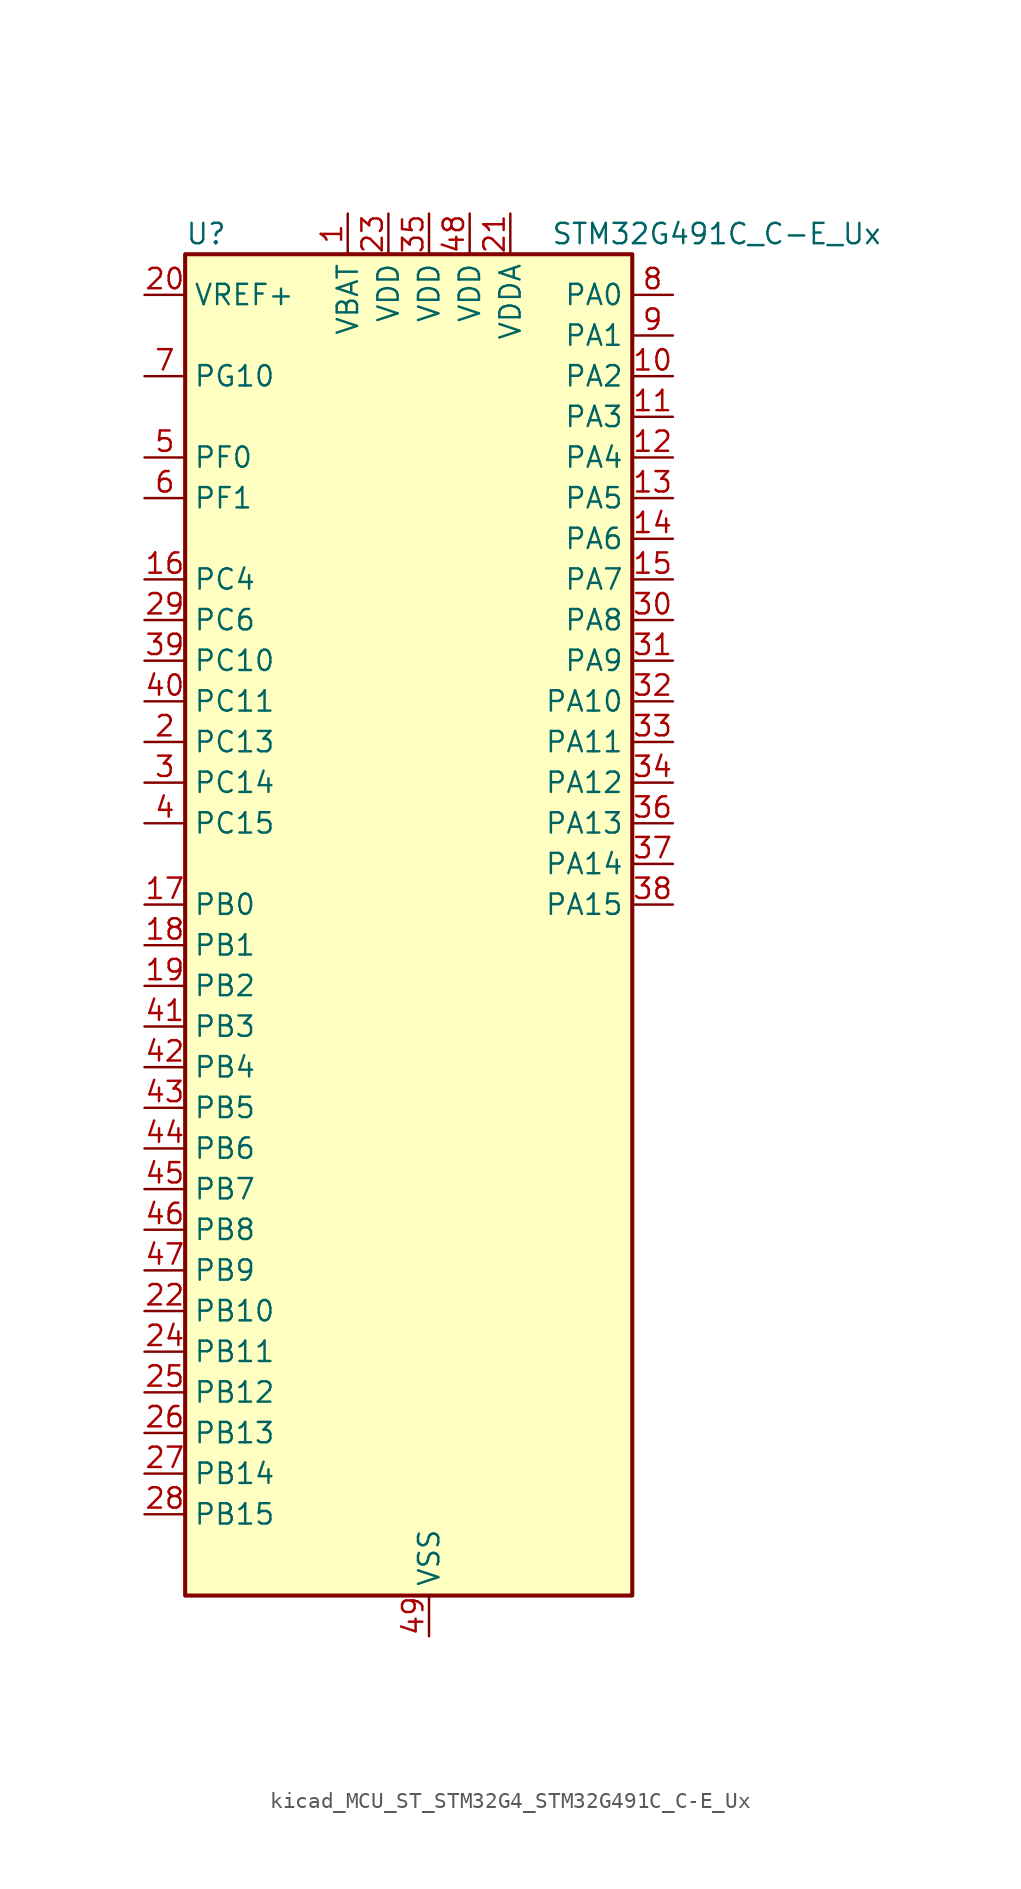
<source format=kicad_sym>
(kicad_symbol_lib
  (version 20220914)
  (generator kicad_symbol_editor)
  (symbol "kicad_MCU_ST_STM32G4_STM32G491C_C-E_Ux"
    (property "Reference" "U"
      (at -12.7 44.45 0)
      (effects (font (size 1.27 1.27)) (justify left)))
    (property "Value" "STM32G491C_C-E_Ux"
      (at 10.16 44.45 0)
      (effects (font (size 1.27 1.27)) (justify left)))
    (property "ki_locked" ""
      (at 0 0 0)
      (effects (font (size 1.27 1.27))))
    (symbol "kicad_MCU_ST_STM32G4_STM32G491C_C-E_Ux_0_1"
      (rectangle (start -12.7 -40.64) (end 15.24 43.18) (stroke (width 0.254) (type default)) (fill (type background))))
    (symbol "kicad_MCU_ST_STM32G4_STM32G491C_C-E_Ux_1_1"
      (pin power_in line (at -2.54 45.72 270) (length 2.54) (name "VBAT" (effects (font (size 1.27 1.27)))) (number "1" (effects (font (size 1.27 1.27)))))
      (pin bidirectional line (at 17.78 35.56 180) (length 2.54) (name "PA2" (effects (font (size 1.27 1.27)))) (number "10" (effects (font (size 1.27 1.27)))) (alternate "ADC1_IN3" bidirectional line) (alternate "ADC3_EXTI2" bidirectional line) (alternate "COMP2_INM" bidirectional line) (alternate "COMP2_OUT" bidirectional line) (alternate "LPUART1_TX" bidirectional line) (alternate "OPAMP1_VOUT" bidirectional line) (alternate "QUADSPI1_BK1_NCS" bidirectional line) (alternate "RCC_LSCO" bidirectional line) (alternate "SYS_WKUP4" bidirectional line) (alternate "TIM15_CH1" bidirectional line) (alternate "TIM2_CH3" bidirectional line) (alternate "UCPD1_FRSTX1" bidirectional line) (alternate "UCPD1_FRSTX2" bidirectional line) (alternate "USART2_TX" bidirectional line))
      (pin bidirectional line (at 17.78 33.02 180) (length 2.54) (name "PA3" (effects (font (size 1.27 1.27)))) (number "11" (effects (font (size 1.27 1.27)))) (alternate "ADC1_IN4" bidirectional line) (alternate "ADC3_EXTI3" bidirectional line) (alternate "COMP2_INP" bidirectional line) (alternate "LPUART1_RX" bidirectional line) (alternate "OPAMP1_VINM" bidirectional line) (alternate "OPAMP1_VINM0" bidirectional line) (alternate "OPAMP1_VINM_SEC" bidirectional line) (alternate "OPAMP1_VINP" bidirectional line) (alternate "OPAMP1_VINP_SEC" bidirectional line) (alternate "QUADSPI1_CLK" bidirectional line) (alternate "SAI1_CK1" bidirectional line) (alternate "SAI1_MCLK_A" bidirectional line) (alternate "TIM15_CH2" bidirectional line) (alternate "TIM2_CH4" bidirectional line) (alternate "USART2_RX" bidirectional line))
      (pin bidirectional line (at 17.78 30.48 180) (length 2.54) (name "PA4" (effects (font (size 1.27 1.27)))) (number "12" (effects (font (size 1.27 1.27)))) (alternate "ADC2_IN17" bidirectional line) (alternate "COMP1_INM" bidirectional line) (alternate "DAC1_OUT1" bidirectional line) (alternate "I2S3_WS" bidirectional line) (alternate "SAI1_FS_B" bidirectional line) (alternate "SPI1_NSS" bidirectional line) (alternate "SPI3_NSS" bidirectional line) (alternate "TIM3_CH2" bidirectional line) (alternate "USART2_CK" bidirectional line))
      (pin bidirectional line (at 17.78 27.94 180) (length 2.54) (name "PA5" (effects (font (size 1.27 1.27)))) (number "13" (effects (font (size 1.27 1.27)))) (alternate "ADC2_IN13" bidirectional line) (alternate "COMP2_INM" bidirectional line) (alternate "DAC1_OUT2" bidirectional line) (alternate "OPAMP2_VINM" bidirectional line) (alternate "OPAMP2_VINM0" bidirectional line) (alternate "OPAMP2_VINM_SEC" bidirectional line) (alternate "SPI1_SCK" bidirectional line) (alternate "TIM2_CH1" bidirectional line) (alternate "TIM2_ETR" bidirectional line) (alternate "UCPD1_FRSTX1" bidirectional line) (alternate "UCPD1_FRSTX2" bidirectional line))
      (pin bidirectional line (at 17.78 25.4 180) (length 2.54) (name "PA6" (effects (font (size 1.27 1.27)))) (number "14" (effects (font (size 1.27 1.27)))) (alternate "ADC2_IN3" bidirectional line) (alternate "COMP1_OUT" bidirectional line) (alternate "LPUART1_CTS" bidirectional line) (alternate "OPAMP2_VOUT" bidirectional line) (alternate "QUADSPI1_BK1_IO3" bidirectional line) (alternate "SPI1_MISO" bidirectional line) (alternate "TIM16_CH1" bidirectional line) (alternate "TIM1_BKIN" bidirectional line) (alternate "TIM3_CH1" bidirectional line) (alternate "TIM8_BKIN" bidirectional line))
      (pin bidirectional line (at 17.78 22.86 180) (length 2.54) (name "PA7" (effects (font (size 1.27 1.27)))) (number "15" (effects (font (size 1.27 1.27)))) (alternate "ADC2_IN4" bidirectional line) (alternate "COMP2_INP" bidirectional line) (alternate "COMP2_OUT" bidirectional line) (alternate "OPAMP1_VINP" bidirectional line) (alternate "OPAMP1_VINP_SEC" bidirectional line) (alternate "OPAMP2_VINP" bidirectional line) (alternate "OPAMP2_VINP_SEC" bidirectional line) (alternate "QUADSPI1_BK1_IO2" bidirectional line) (alternate "SPI1_MOSI" bidirectional line) (alternate "TIM17_CH1" bidirectional line) (alternate "TIM1_CH1N" bidirectional line) (alternate "TIM3_CH2" bidirectional line) (alternate "TIM8_CH1N" bidirectional line) (alternate "UCPD1_FRSTX1" bidirectional line) (alternate "UCPD1_FRSTX2" bidirectional line))
      (pin bidirectional line (at -15.24 22.86 0) (length 2.54) (name "PC4" (effects (font (size 1.27 1.27)))) (number "16" (effects (font (size 1.27 1.27)))) (alternate "ADC2_IN5" bidirectional line) (alternate "I2C2_SCL" bidirectional line) (alternate "QUADSPI1_BK2_IO3" bidirectional line) (alternate "TIM1_ETR" bidirectional line) (alternate "USART1_TX" bidirectional line))
      (pin bidirectional line (at -15.24 2.54 0) (length 2.54) (name "PB0" (effects (font (size 1.27 1.27)))) (number "17" (effects (font (size 1.27 1.27)))) (alternate "ADC1_IN15" bidirectional line) (alternate "ADC3_IN12" bidirectional line) (alternate "COMP4_INP" bidirectional line) (alternate "OPAMP2_VINP" bidirectional line) (alternate "OPAMP2_VINP_SEC" bidirectional line) (alternate "OPAMP3_VINP" bidirectional line) (alternate "OPAMP3_VINP_SEC" bidirectional line) (alternate "QUADSPI1_BK1_IO1" bidirectional line) (alternate "TIM1_CH2N" bidirectional line) (alternate "TIM3_CH3" bidirectional line) (alternate "TIM8_CH2N" bidirectional line) (alternate "UCPD1_FRSTX1" bidirectional line) (alternate "UCPD1_FRSTX2" bidirectional line))
      (pin bidirectional line (at -15.24 0 0) (length 2.54) (name "PB1" (effects (font (size 1.27 1.27)))) (number "18" (effects (font (size 1.27 1.27)))) (alternate "ADC1_IN12" bidirectional line) (alternate "ADC3_IN1" bidirectional line) (alternate "COMP1_INP" bidirectional line) (alternate "COMP4_OUT" bidirectional line) (alternate "LPUART1_DE" bidirectional line) (alternate "LPUART1_RTS" bidirectional line) (alternate "OPAMP3_VOUT" bidirectional line) (alternate "OPAMP6_VINM" bidirectional line) (alternate "OPAMP6_VINM1" bidirectional line) (alternate "OPAMP6_VINM_SEC" bidirectional line) (alternate "QUADSPI1_BK1_IO0" bidirectional line) (alternate "TIM1_CH3N" bidirectional line) (alternate "TIM3_CH4" bidirectional line) (alternate "TIM8_CH3N" bidirectional line))
      (pin bidirectional line (at -15.24 -2.54 0) (length 2.54) (name "PB2" (effects (font (size 1.27 1.27)))) (number "19" (effects (font (size 1.27 1.27)))) (alternate "ADC2_IN12" bidirectional line) (alternate "ADC3_EXTI2" bidirectional line) (alternate "COMP4_INM" bidirectional line) (alternate "I2C3_SMBA" bidirectional line) (alternate "LPTIM1_OUT" bidirectional line) (alternate "OPAMP3_VINM" bidirectional line) (alternate "OPAMP3_VINM0" bidirectional line) (alternate "OPAMP3_VINM_SEC" bidirectional line) (alternate "QUADSPI1_BK2_IO1" bidirectional line) (alternate "RTC_OUT2" bidirectional line) (alternate "TIM20_CH1" bidirectional line))
      (pin bidirectional line (at -15.24 12.7 0) (length 2.54) (name "PC13" (effects (font (size 1.27 1.27)))) (number "2" (effects (font (size 1.27 1.27)))) (alternate "RTC_OUT1" bidirectional line) (alternate "RTC_TAMP1" bidirectional line) (alternate "RTC_TS" bidirectional line) (alternate "SYS_WKUP2" bidirectional line) (alternate "TIM1_BKIN" bidirectional line) (alternate "TIM1_CH1N" bidirectional line) (alternate "TIM8_CH4N" bidirectional line))
      (pin input line (at -15.24 40.64 0) (length 2.54) (name "VREF+" (effects (font (size 1.27 1.27)))) (number "20" (effects (font (size 1.27 1.27)))) (alternate "VREFBUF_OUT" bidirectional line))
      (pin power_in line (at 7.62 45.72 270) (length 2.54) (name "VDDA" (effects (font (size 1.27 1.27)))) (number "21" (effects (font (size 1.27 1.27)))))
      (pin bidirectional line (at -15.24 -22.86 0) (length 2.54) (name "PB10" (effects (font (size 1.27 1.27)))) (number "22" (effects (font (size 1.27 1.27)))) (alternate "DAC1_EXTI10" bidirectional line) (alternate "DAC3_EXTI10" bidirectional line) (alternate "LPUART1_RX" bidirectional line) (alternate "OPAMP3_VINM" bidirectional line) (alternate "OPAMP3_VINM1" bidirectional line) (alternate "OPAMP3_VINM_SEC" bidirectional line) (alternate "QUADSPI1_CLK" bidirectional line) (alternate "SAI1_SCK_A" bidirectional line) (alternate "TIM1_BKIN" bidirectional line) (alternate "TIM2_CH3" bidirectional line) (alternate "USART3_TX" bidirectional line))
      (pin power_in line (at 0 45.72 270) (length 2.54) (name "VDD" (effects (font (size 1.27 1.27)))) (number "23" (effects (font (size 1.27 1.27)))))
      (pin bidirectional line (at -15.24 -25.4 0) (length 2.54) (name "PB11" (effects (font (size 1.27 1.27)))) (number "24" (effects (font (size 1.27 1.27)))) (alternate "ADC1_EXTI11" bidirectional line) (alternate "ADC1_IN14" bidirectional line) (alternate "ADC2_EXTI11" bidirectional line) (alternate "ADC2_IN14" bidirectional line) (alternate "LPUART1_TX" bidirectional line) (alternate "OPAMP6_VOUT" bidirectional line) (alternate "QUADSPI1_BK1_NCS" bidirectional line) (alternate "TIM2_CH4" bidirectional line) (alternate "USART3_RX" bidirectional line))
      (pin bidirectional line (at -15.24 -27.94 0) (length 2.54) (name "PB12" (effects (font (size 1.27 1.27)))) (number "25" (effects (font (size 1.27 1.27)))) (alternate "ADC1_IN11" bidirectional line) (alternate "FDCAN2_RX" bidirectional line) (alternate "I2C2_SMBA" bidirectional line) (alternate "I2S2_WS" bidirectional line) (alternate "LPUART1_DE" bidirectional line) (alternate "LPUART1_RTS" bidirectional line) (alternate "OPAMP6_VINP" bidirectional line) (alternate "OPAMP6_VINP_SEC" bidirectional line) (alternate "SPI2_NSS" bidirectional line) (alternate "TIM1_BKIN" bidirectional line) (alternate "USART3_CK" bidirectional line))
      (pin bidirectional line (at -15.24 -30.48 0) (length 2.54) (name "PB13" (effects (font (size 1.27 1.27)))) (number "26" (effects (font (size 1.27 1.27)))) (alternate "ADC3_IN5" bidirectional line) (alternate "FDCAN2_TX" bidirectional line) (alternate "I2S2_CK" bidirectional line) (alternate "LPUART1_CTS" bidirectional line) (alternate "OPAMP3_VINP" bidirectional line) (alternate "OPAMP3_VINP_SEC" bidirectional line) (alternate "OPAMP6_VINP" bidirectional line) (alternate "OPAMP6_VINP_SEC" bidirectional line) (alternate "SPI2_SCK" bidirectional line) (alternate "TIM1_CH1N" bidirectional line) (alternate "USART3_CTS" bidirectional line) (alternate "USART3_NSS" bidirectional line))
      (pin bidirectional line (at -15.24 -33.02 0) (length 2.54) (name "PB14" (effects (font (size 1.27 1.27)))) (number "27" (effects (font (size 1.27 1.27)))) (alternate "ADC1_IN5" bidirectional line) (alternate "COMP4_OUT" bidirectional line) (alternate "OPAMP2_VINP" bidirectional line) (alternate "OPAMP2_VINP_SEC" bidirectional line) (alternate "SPI2_MISO" bidirectional line) (alternate "TIM15_CH1" bidirectional line) (alternate "TIM1_CH2N" bidirectional line) (alternate "USART3_DE" bidirectional line) (alternate "USART3_RTS" bidirectional line))
      (pin bidirectional line (at -15.24 -35.56 0) (length 2.54) (name "PB15" (effects (font (size 1.27 1.27)))) (number "28" (effects (font (size 1.27 1.27)))) (alternate "ADC1_EXTI15" bidirectional line) (alternate "ADC2_EXTI15" bidirectional line) (alternate "ADC2_IN15" bidirectional line) (alternate "COMP3_OUT" bidirectional line) (alternate "I2S2_SD" bidirectional line) (alternate "RTC_REFIN" bidirectional line) (alternate "SPI2_MOSI" bidirectional line) (alternate "TIM15_CH1N" bidirectional line) (alternate "TIM15_CH2" bidirectional line) (alternate "TIM1_CH3N" bidirectional line))
      (pin bidirectional line (at -15.24 20.32 0) (length 2.54) (name "PC6" (effects (font (size 1.27 1.27)))) (number "29" (effects (font (size 1.27 1.27)))) (alternate "I2S2_MCK" bidirectional line) (alternate "TIM3_CH1" bidirectional line) (alternate "TIM8_CH1" bidirectional line))
      (pin bidirectional line (at -15.24 10.16 0) (length 2.54) (name "PC14" (effects (font (size 1.27 1.27)))) (number "3" (effects (font (size 1.27 1.27)))) (alternate "RCC_OSC32_IN" bidirectional line))
      (pin bidirectional line (at 17.78 20.32 180) (length 2.54) (name "PA8" (effects (font (size 1.27 1.27)))) (number "30" (effects (font (size 1.27 1.27)))) (alternate "I2C2_SDA" bidirectional line) (alternate "I2C3_SCL" bidirectional line) (alternate "I2S2_MCK" bidirectional line) (alternate "RCC_MCO" bidirectional line) (alternate "SAI1_CK2" bidirectional line) (alternate "SAI1_SCK_A" bidirectional line) (alternate "TIM1_CH1" bidirectional line) (alternate "TIM4_ETR" bidirectional line) (alternate "USART1_CK" bidirectional line))
      (pin bidirectional line (at 17.78 17.78 180) (length 2.54) (name "PA9" (effects (font (size 1.27 1.27)))) (number "31" (effects (font (size 1.27 1.27)))) (alternate "DAC1_EXTI9" bidirectional line) (alternate "DAC3_EXTI9" bidirectional line) (alternate "I2C2_SCL" bidirectional line) (alternate "I2C3_SMBA" bidirectional line) (alternate "I2S3_MCK" bidirectional line) (alternate "SAI1_FS_A" bidirectional line) (alternate "TIM15_BKIN" bidirectional line) (alternate "TIM1_CH2" bidirectional line) (alternate "TIM2_CH3" bidirectional line) (alternate "UCPD1_DBCC1" bidirectional line) (alternate "USART1_TX" bidirectional line))
      (pin bidirectional line (at 17.78 15.24 180) (length 2.54) (name "PA10" (effects (font (size 1.27 1.27)))) (number "32" (effects (font (size 1.27 1.27)))) (alternate "CRS_SYNC" bidirectional line) (alternate "DAC1_EXTI10" bidirectional line) (alternate "DAC3_EXTI10" bidirectional line) (alternate "I2C2_SMBA" bidirectional line) (alternate "SAI1_D1" bidirectional line) (alternate "SAI1_SD_A" bidirectional line) (alternate "SPI2_MISO" bidirectional line) (alternate "TIM17_BKIN" bidirectional line) (alternate "TIM1_CH3" bidirectional line) (alternate "TIM2_CH4" bidirectional line) (alternate "TIM8_BKIN" bidirectional line) (alternate "UCPD1_DBCC2" bidirectional line) (alternate "USART1_RX" bidirectional line))
      (pin bidirectional line (at 17.78 12.7 180) (length 2.54) (name "PA11" (effects (font (size 1.27 1.27)))) (number "33" (effects (font (size 1.27 1.27)))) (alternate "ADC1_EXTI11" bidirectional line) (alternate "ADC2_EXTI11" bidirectional line) (alternate "COMP1_OUT" bidirectional line) (alternate "FDCAN1_RX" bidirectional line) (alternate "I2S2_SD" bidirectional line) (alternate "SPI2_MOSI" bidirectional line) (alternate "TIM1_BKIN2" bidirectional line) (alternate "TIM1_CH1N" bidirectional line) (alternate "TIM1_CH4" bidirectional line) (alternate "TIM4_CH1" bidirectional line) (alternate "USART1_CTS" bidirectional line) (alternate "USART1_NSS" bidirectional line) (alternate "USB_DM" bidirectional line))
      (pin bidirectional line (at 17.78 10.16 180) (length 2.54) (name "PA12" (effects (font (size 1.27 1.27)))) (number "34" (effects (font (size 1.27 1.27)))) (alternate "COMP2_OUT" bidirectional line) (alternate "FDCAN1_TX" bidirectional line) (alternate "I2S_CKIN" bidirectional line) (alternate "TIM16_CH1" bidirectional line) (alternate "TIM1_CH2N" bidirectional line) (alternate "TIM1_ETR" bidirectional line) (alternate "TIM4_CH2" bidirectional line) (alternate "USART1_DE" bidirectional line) (alternate "USART1_RTS" bidirectional line) (alternate "USB_DP" bidirectional line))
      (pin power_in line (at 2.54 45.72 270) (length 2.54) (name "VDD" (effects (font (size 1.27 1.27)))) (number "35" (effects (font (size 1.27 1.27)))))
      (pin bidirectional line (at 17.78 7.62 180) (length 2.54) (name "PA13" (effects (font (size 1.27 1.27)))) (number "36" (effects (font (size 1.27 1.27)))) (alternate "I2C1_SCL" bidirectional line) (alternate "IR_OUT" bidirectional line) (alternate "SAI1_SD_B" bidirectional line) (alternate "SYS_JTMS-SWDIO" bidirectional line) (alternate "TIM16_CH1N" bidirectional line) (alternate "TIM4_CH3" bidirectional line) (alternate "USART3_CTS" bidirectional line) (alternate "USART3_NSS" bidirectional line))
      (pin bidirectional line (at 17.78 5.08 180) (length 2.54) (name "PA14" (effects (font (size 1.27 1.27)))) (number "37" (effects (font (size 1.27 1.27)))) (alternate "I2C1_SDA" bidirectional line) (alternate "LPTIM1_OUT" bidirectional line) (alternate "SAI1_FS_B" bidirectional line) (alternate "SYS_JTCK-SWCLK" bidirectional line) (alternate "TIM1_BKIN" bidirectional line) (alternate "TIM8_CH2" bidirectional line) (alternate "USART2_TX" bidirectional line))
      (pin bidirectional line (at 17.78 2.54 180) (length 2.54) (name "PA15" (effects (font (size 1.27 1.27)))) (number "38" (effects (font (size 1.27 1.27)))) (alternate "ADC1_EXTI15" bidirectional line) (alternate "ADC2_EXTI15" bidirectional line) (alternate "I2C1_SCL" bidirectional line) (alternate "I2S3_WS" bidirectional line) (alternate "SPI1_NSS" bidirectional line) (alternate "SPI3_NSS" bidirectional line) (alternate "SYS_JTDI" bidirectional line) (alternate "TIM1_BKIN" bidirectional line) (alternate "TIM20_ETR" bidirectional line) (alternate "TIM2_CH1" bidirectional line) (alternate "TIM2_ETR" bidirectional line) (alternate "TIM8_CH1" bidirectional line) (alternate "USART2_RX" bidirectional line))
      (pin bidirectional line (at -15.24 17.78 0) (length 2.54) (name "PC10" (effects (font (size 1.27 1.27)))) (number "39" (effects (font (size 1.27 1.27)))) (alternate "DAC1_EXTI10" bidirectional line) (alternate "DAC3_EXTI10" bidirectional line) (alternate "I2S3_CK" bidirectional line) (alternate "SPI3_SCK" bidirectional line) (alternate "TIM8_CH1N" bidirectional line) (alternate "USART3_TX" bidirectional line))
      (pin bidirectional line (at -15.24 7.62 0) (length 2.54) (name "PC15" (effects (font (size 1.27 1.27)))) (number "4" (effects (font (size 1.27 1.27)))) (alternate "ADC1_EXTI15" bidirectional line) (alternate "ADC2_EXTI15" bidirectional line) (alternate "RCC_OSC32_OUT" bidirectional line))
      (pin bidirectional line (at -15.24 15.24 0) (length 2.54) (name "PC11" (effects (font (size 1.27 1.27)))) (number "40" (effects (font (size 1.27 1.27)))) (alternate "ADC1_EXTI11" bidirectional line) (alternate "ADC2_EXTI11" bidirectional line) (alternate "I2C3_SDA" bidirectional line) (alternate "SPI3_MISO" bidirectional line) (alternate "TIM8_CH2N" bidirectional line) (alternate "USART3_RX" bidirectional line))
      (pin bidirectional line (at -15.24 -5.08 0) (length 2.54) (name "PB3" (effects (font (size 1.27 1.27)))) (number "41" (effects (font (size 1.27 1.27)))) (alternate "ADC3_EXTI3" bidirectional line) (alternate "CRS_SYNC" bidirectional line) (alternate "I2S3_CK" bidirectional line) (alternate "SAI1_SCK_B" bidirectional line) (alternate "SPI1_SCK" bidirectional line) (alternate "SPI3_SCK" bidirectional line) (alternate "SYS_JTDO-SWO" bidirectional line) (alternate "TIM2_CH2" bidirectional line) (alternate "TIM3_ETR" bidirectional line) (alternate "TIM4_ETR" bidirectional line) (alternate "TIM8_CH1N" bidirectional line) (alternate "USART2_TX" bidirectional line))
      (pin bidirectional line (at -15.24 -7.62 0) (length 2.54) (name "PB4" (effects (font (size 1.27 1.27)))) (number "42" (effects (font (size 1.27 1.27)))) (alternate "SAI1_MCLK_B" bidirectional line) (alternate "SPI1_MISO" bidirectional line) (alternate "SPI3_MISO" bidirectional line) (alternate "SYS_JTRST" bidirectional line) (alternate "TIM16_CH1" bidirectional line) (alternate "TIM17_BKIN" bidirectional line) (alternate "TIM3_CH1" bidirectional line) (alternate "TIM8_CH2N" bidirectional line) (alternate "UCPD1_CC2" bidirectional line) (alternate "USART2_RX" bidirectional line))
      (pin bidirectional line (at -15.24 -10.16 0) (length 2.54) (name "PB5" (effects (font (size 1.27 1.27)))) (number "43" (effects (font (size 1.27 1.27)))) (alternate "FDCAN2_RX" bidirectional line) (alternate "I2C1_SMBA" bidirectional line) (alternate "I2C3_SDA" bidirectional line) (alternate "I2S3_SD" bidirectional line) (alternate "LPTIM1_IN1" bidirectional line) (alternate "SAI1_SD_B" bidirectional line) (alternate "SPI1_MOSI" bidirectional line) (alternate "SPI3_MOSI" bidirectional line) (alternate "TIM16_BKIN" bidirectional line) (alternate "TIM17_CH1" bidirectional line) (alternate "TIM3_CH2" bidirectional line) (alternate "TIM8_CH3N" bidirectional line) (alternate "USART2_CK" bidirectional line))
      (pin bidirectional line (at -15.24 -12.7 0) (length 2.54) (name "PB6" (effects (font (size 1.27 1.27)))) (number "44" (effects (font (size 1.27 1.27)))) (alternate "COMP4_OUT" bidirectional line) (alternate "FDCAN2_TX" bidirectional line) (alternate "LPTIM1_ETR" bidirectional line) (alternate "SAI1_FS_B" bidirectional line) (alternate "TIM16_CH1N" bidirectional line) (alternate "TIM4_CH1" bidirectional line) (alternate "TIM8_BKIN2" bidirectional line) (alternate "TIM8_CH1" bidirectional line) (alternate "TIM8_ETR" bidirectional line) (alternate "UCPD1_CC1" bidirectional line) (alternate "USART1_TX" bidirectional line))
      (pin bidirectional line (at -15.24 -15.24 0) (length 2.54) (name "PB7" (effects (font (size 1.27 1.27)))) (number "45" (effects (font (size 1.27 1.27)))) (alternate "COMP3_OUT" bidirectional line) (alternate "I2C1_SDA" bidirectional line) (alternate "LPTIM1_IN2" bidirectional line) (alternate "SYS_PVD_IN" bidirectional line) (alternate "TIM17_CH1N" bidirectional line) (alternate "TIM3_CH4" bidirectional line) (alternate "TIM4_CH2" bidirectional line) (alternate "TIM8_BKIN" bidirectional line) (alternate "USART1_RX" bidirectional line))
      (pin bidirectional line (at -15.24 -17.78 0) (length 2.54) (name "PB8" (effects (font (size 1.27 1.27)))) (number "46" (effects (font (size 1.27 1.27)))) (alternate "COMP1_OUT" bidirectional line) (alternate "FDCAN1_RX" bidirectional line) (alternate "I2C1_SCL" bidirectional line) (alternate "SAI1_CK1" bidirectional line) (alternate "SAI1_MCLK_A" bidirectional line) (alternate "TIM16_CH1" bidirectional line) (alternate "TIM1_BKIN" bidirectional line) (alternate "TIM4_CH3" bidirectional line) (alternate "TIM8_CH2" bidirectional line) (alternate "USART3_RX" bidirectional line))
      (pin bidirectional line (at -15.24 -20.32 0) (length 2.54) (name "PB9" (effects (font (size 1.27 1.27)))) (number "47" (effects (font (size 1.27 1.27)))) (alternate "COMP2_OUT" bidirectional line) (alternate "DAC1_EXTI9" bidirectional line) (alternate "DAC3_EXTI9" bidirectional line) (alternate "FDCAN1_TX" bidirectional line) (alternate "I2C1_SDA" bidirectional line) (alternate "IR_OUT" bidirectional line) (alternate "SAI1_D2" bidirectional line) (alternate "SAI1_FS_A" bidirectional line) (alternate "TIM17_CH1" bidirectional line) (alternate "TIM1_CH3N" bidirectional line) (alternate "TIM4_CH4" bidirectional line) (alternate "TIM8_CH3" bidirectional line) (alternate "USART3_TX" bidirectional line))
      (pin power_in line (at 5.08 45.72 270) (length 2.54) (name "VDD" (effects (font (size 1.27 1.27)))) (number "48" (effects (font (size 1.27 1.27)))))
      (pin power_in line (at 2.54 -43.18 90) (length 2.54) (name "VSS" (effects (font (size 1.27 1.27)))) (number "49" (effects (font (size 1.27 1.27)))))
      (pin bidirectional line (at -15.24 30.48 0) (length 2.54) (name "PF0" (effects (font (size 1.27 1.27)))) (number "5" (effects (font (size 1.27 1.27)))) (alternate "ADC1_IN10" bidirectional line) (alternate "I2C2_SDA" bidirectional line) (alternate "I2S2_WS" bidirectional line) (alternate "RCC_OSC_IN" bidirectional line) (alternate "SPI2_NSS" bidirectional line) (alternate "TIM1_CH3N" bidirectional line))
      (pin bidirectional line (at -15.24 27.94 0) (length 2.54) (name "PF1" (effects (font (size 1.27 1.27)))) (number "6" (effects (font (size 1.27 1.27)))) (alternate "ADC2_IN10" bidirectional line) (alternate "COMP3_INM" bidirectional line) (alternate "I2S2_CK" bidirectional line) (alternate "RCC_OSC_OUT" bidirectional line) (alternate "SPI2_SCK" bidirectional line))
      (pin bidirectional line (at -15.24 35.56 0) (length 2.54) (name "PG10" (effects (font (size 1.27 1.27)))) (number "7" (effects (font (size 1.27 1.27)))) (alternate "DAC1_EXTI10" bidirectional line) (alternate "DAC3_EXTI10" bidirectional line) (alternate "RCC_MCO" bidirectional line))
      (pin bidirectional line (at 17.78 40.64 180) (length 2.54) (name "PA0" (effects (font (size 1.27 1.27)))) (number "8" (effects (font (size 1.27 1.27)))) (alternate "ADC1_IN1" bidirectional line) (alternate "ADC2_IN1" bidirectional line) (alternate "COMP1_INM" bidirectional line) (alternate "COMP1_OUT" bidirectional line) (alternate "COMP3_INP" bidirectional line) (alternate "RTC_TAMP2" bidirectional line) (alternate "SYS_WKUP1" bidirectional line) (alternate "TIM2_CH1" bidirectional line) (alternate "TIM2_ETR" bidirectional line) (alternate "TIM8_BKIN" bidirectional line) (alternate "TIM8_ETR" bidirectional line) (alternate "USART2_CTS" bidirectional line) (alternate "USART2_NSS" bidirectional line))
      (pin bidirectional line (at 17.78 38.1 180) (length 2.54) (name "PA1" (effects (font (size 1.27 1.27)))) (number "9" (effects (font (size 1.27 1.27)))) (alternate "ADC1_IN2" bidirectional line) (alternate "ADC2_IN2" bidirectional line) (alternate "COMP1_INP" bidirectional line) (alternate "OPAMP1_VINP" bidirectional line) (alternate "OPAMP1_VINP_SEC" bidirectional line) (alternate "OPAMP3_VINP" bidirectional line) (alternate "OPAMP3_VINP_SEC" bidirectional line) (alternate "OPAMP6_VINM" bidirectional line) (alternate "OPAMP6_VINM0" bidirectional line) (alternate "OPAMP6_VINM_SEC" bidirectional line) (alternate "RTC_REFIN" bidirectional line) (alternate "TIM15_CH1N" bidirectional line) (alternate "TIM2_CH2" bidirectional line) (alternate "USART2_DE" bidirectional line) (alternate "USART2_RTS" bidirectional line)))))
</source>
